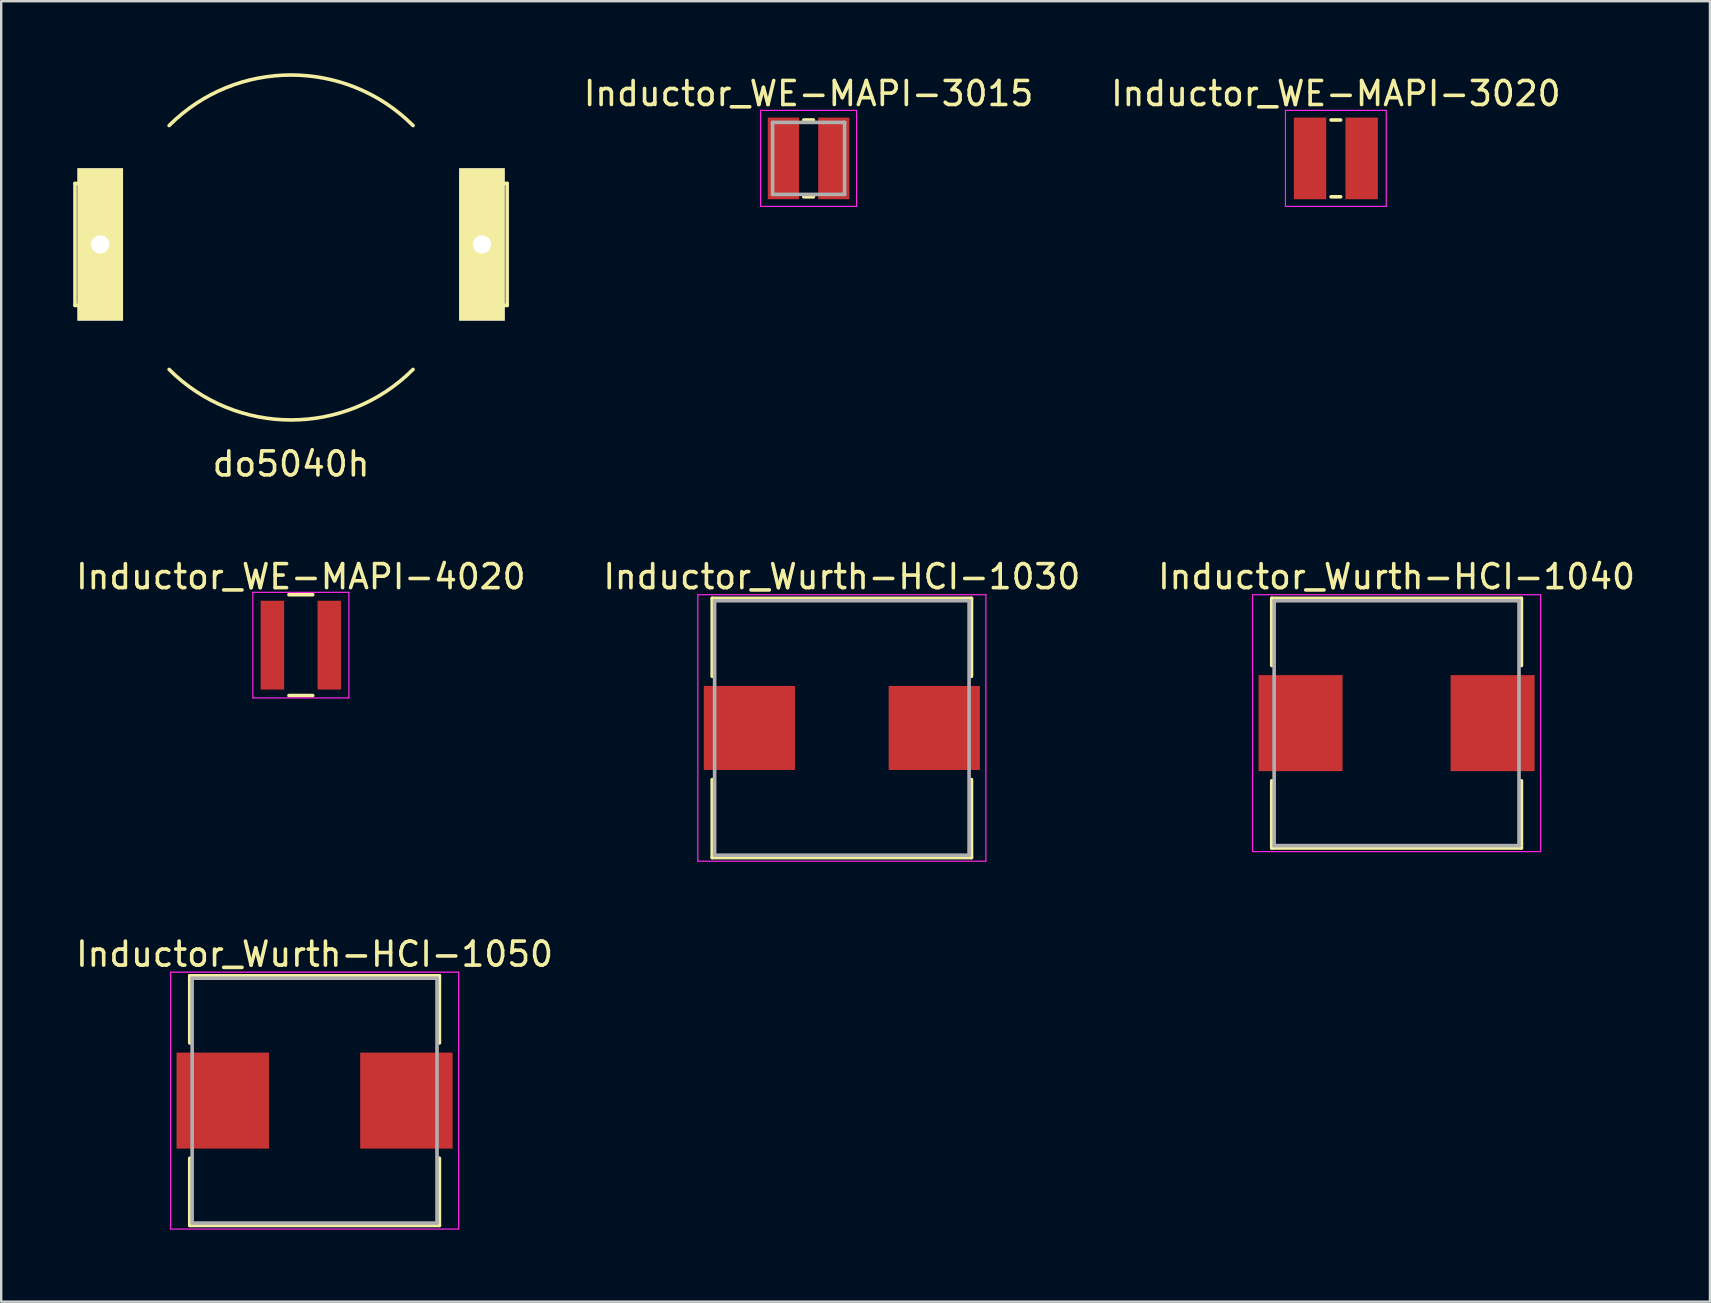
<source format=kicad_pcb>
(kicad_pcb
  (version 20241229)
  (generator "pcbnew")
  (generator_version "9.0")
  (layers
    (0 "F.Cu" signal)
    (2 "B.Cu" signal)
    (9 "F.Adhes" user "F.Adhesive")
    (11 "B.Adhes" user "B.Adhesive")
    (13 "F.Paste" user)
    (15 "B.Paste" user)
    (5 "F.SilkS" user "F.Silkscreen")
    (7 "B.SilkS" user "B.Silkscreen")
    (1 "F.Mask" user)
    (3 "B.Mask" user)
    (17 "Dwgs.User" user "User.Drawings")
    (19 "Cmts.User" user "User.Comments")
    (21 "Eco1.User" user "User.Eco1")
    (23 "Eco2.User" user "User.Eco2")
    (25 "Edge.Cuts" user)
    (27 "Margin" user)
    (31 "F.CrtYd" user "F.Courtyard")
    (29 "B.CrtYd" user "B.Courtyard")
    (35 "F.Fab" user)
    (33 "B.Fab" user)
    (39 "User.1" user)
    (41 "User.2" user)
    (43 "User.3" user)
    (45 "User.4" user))
  (footprint "Inductor_WE-MAPI-3015"
    (layer "F.Cu")
    (at 30.632 3.548)
    (property "Reference" "Inductor_WE-MAPI-3015" (at 0 -2.7 0) (layer "F.SilkS") (effects (font (size 1 1) (thickness 0.15))))
    (attr smd)
    (fp_line (start -0.2 -1.6) (end 0.2 -1.6) (stroke (width 0.15) (type solid)) (layer "F.SilkS"))
    (fp_line (start -0.2 1.6) (end 0.2 1.6) (stroke (width 0.15) (type solid)) (layer "F.SilkS"))
    (fp_line (start -2 -2) (end -2 2) (stroke (width 0.05) (type solid)) (layer "F.CrtYd"))
    (fp_line (start -2 2) (end 2 2) (stroke (width 0.05) (type solid)) (layer "F.CrtYd"))
    (fp_line (start 2 -2) (end -2 -2) (stroke (width 0.05) (type solid)) (layer "F.CrtYd"))
    (fp_line (start 2 2) (end 2 -2) (stroke (width 0.05) (type solid)) (layer "F.CrtYd"))
    (fp_line (start -1.5 -1.5) (end -1.5 1.5) (stroke (width 0.15) (type solid)) (layer "F.Fab"))
    (fp_line (start -1.5 1.5) (end 1.5 1.5) (stroke (width 0.15) (type solid)) (layer "F.Fab"))
    (fp_line (start 1.5 -1.5) (end -1.5 -1.5) (stroke (width 0.15) (type solid)) (layer "F.Fab"))
    (fp_line (start 1.5 1.5) (end 1.5 -1.5) (stroke (width 0.15) (type solid)) (layer "F.Fab"))
    (pad "1" smd rect (at -1.05 0) (size 1.3 3.4) (layers "F.Cu" "F.Mask" "F.Paste"))
    (pad "2" smd rect (at 1.05 0) (size 1.3 3.4) (layers "F.Cu" "F.Mask" "F.Paste")))
  (footprint "Inductor_WE-MAPI-4020"
    (layer "F.Cu")
    (at 9.482 23.823)
    (property "Reference" "Inductor_WE-MAPI-4020" (at 0 -2.85 0) (layer "F.SilkS") (effects (font (size 1 1) (thickness 0.15))))
    (attr smd)
    (fp_line (start -0.495 -2.1) (end 0.495 -2.1) (stroke (width 0.15) (type solid)) (layer "F.SilkS"))
    (fp_line (start -0.495 2.1) (end 0.495 2.1) (stroke (width 0.15) (type solid)) (layer "F.SilkS"))
    (fp_line (start -2 -2.2) (end -2 2.2) (stroke (width 0.05) (type solid)) (layer "F.CrtYd"))
    (fp_line (start -2 2.2) (end 2 2.2) (stroke (width 0.05) (type solid)) (layer "F.CrtYd"))
    (fp_line (start 2 -2.2) (end -2 -2.2) (stroke (width 0.05) (type solid)) (layer "F.CrtYd"))
    (fp_line (start 2 2.2) (end 2 -2.2) (stroke (width 0.05) (type solid)) (layer "F.CrtYd"))
    (pad "1" smd rect (at -1.185 0) (size 0.98 3.7) (layers "F.Cu" "F.Mask" "F.Paste"))
    (pad "2" smd rect (at 1.185 0) (size 0.98 3.7) (layers "F.Cu" "F.Mask" "F.Paste")))
  (footprint "Inductor_Wurth-HCI-1050"
    (layer "F.Cu")
    (at 10.054 42.796)
    (property "Reference" "Inductor_Wurth-HCI-1050" (at 0 -6.1 0) (layer "F.SilkS") (effects (font (size 1 1) (thickness 0.15))))
    (attr smd)
    (fp_line (start -5.2 -5.2) (end 5.2 -5.2) (stroke (width 0.15) (type solid)) (layer "F.SilkS"))
    (fp_line (start -5.2 -2.4) (end -5.2 -5.2) (stroke (width 0.15) (type solid)) (layer "F.SilkS"))
    (fp_line (start -5.2 2.4) (end -5.2 5.2) (stroke (width 0.15) (type solid)) (layer "F.SilkS"))
    (fp_line (start -5.2 5.2) (end 5.2 5.2) (stroke (width 0.15) (type solid)) (layer "F.SilkS"))
    (fp_line (start 5.2 -5.2) (end 5.2 -2.4) (stroke (width 0.15) (type solid)) (layer "F.SilkS"))
    (fp_line (start 5.2 5.2) (end 5.2 2.4) (stroke (width 0.15) (type solid)) (layer "F.SilkS"))
    (fp_line (start -6 -5.35) (end -6 5.35) (stroke (width 0.05) (type solid)) (layer "F.CrtYd"))
    (fp_line (start -6 5.35) (end 6 5.35) (stroke (width 0.05) (type solid)) (layer "F.CrtYd"))
    (fp_line (start 6 -5.35) (end -6 -5.35) (stroke (width 0.05) (type solid)) (layer "F.CrtYd"))
    (fp_line (start 6 5.35) (end 6 -5.35) (stroke (width 0.05) (type solid)) (layer "F.CrtYd"))
    (fp_line (start -5.1 -5.1) (end -5.1 5.1) (stroke (width 0.15) (type solid)) (layer "F.Fab"))
    (fp_line (start -5.1 5.1) (end 5.1 5.1) (stroke (width 0.15) (type solid)) (layer "F.Fab"))
    (fp_line (start 5.1 -5.1) (end -5.1 -5.1) (stroke (width 0.15) (type solid)) (layer "F.Fab"))
    (fp_line (start 5.1 5.1) (end 5.1 -5.1) (stroke (width 0.15) (type solid)) (layer "F.Fab"))
    (pad "1" smd rect (at -3.825 0) (size 3.85 4) (layers "F.Cu" "F.Mask" "F.Paste"))
    (pad "2" smd rect (at 3.825 0) (size 3.85 4) (layers "F.Cu" "F.Mask" "F.Paste")))
  (footprint "Inductor_Wurth-HCI-1040"
    (layer "F.Cu")
    (at 55.125 27.073)
    (property "Reference" "Inductor_Wurth-HCI-1040" (at 0 -6.1 0) (layer "F.SilkS") (effects (font (size 1 1) (thickness 0.15))))
    (attr smd)
    (fp_line (start -5.2 -5.2) (end 5.2 -5.2) (stroke (width 0.15) (type solid)) (layer "F.SilkS"))
    (fp_line (start -5.2 -2.4) (end -5.2 -5.2) (stroke (width 0.15) (type solid)) (layer "F.SilkS"))
    (fp_line (start -5.2 2.4) (end -5.2 5.2) (stroke (width 0.15) (type solid)) (layer "F.SilkS"))
    (fp_line (start -5.2 5.2) (end 5.2 5.2) (stroke (width 0.15) (type solid)) (layer "F.SilkS"))
    (fp_line (start 5.2 -5.2) (end 5.2 -2.4) (stroke (width 0.15) (type solid)) (layer "F.SilkS"))
    (fp_line (start 5.2 5.2) (end 5.2 2.4) (stroke (width 0.15) (type solid)) (layer "F.SilkS"))
    (fp_line (start -6 -5.35) (end -6 5.35) (stroke (width 0.05) (type solid)) (layer "F.CrtYd"))
    (fp_line (start -6 5.35) (end 6 5.35) (stroke (width 0.05) (type solid)) (layer "F.CrtYd"))
    (fp_line (start 6 -5.35) (end -6 -5.35) (stroke (width 0.05) (type solid)) (layer "F.CrtYd"))
    (fp_line (start 6 5.35) (end 6 -5.35) (stroke (width 0.05) (type solid)) (layer "F.CrtYd"))
    (fp_line (start -5.1 -5.1) (end -5.1 5.1) (stroke (width 0.15) (type solid)) (layer "F.Fab"))
    (fp_line (start -5.1 5.1) (end 5.1 5.1) (stroke (width 0.15) (type solid)) (layer "F.Fab"))
    (fp_line (start 5.1 -5.1) (end -5.1 -5.1) (stroke (width 0.15) (type solid)) (layer "F.Fab"))
    (fp_line (start 5.1 5.1) (end 5.1 -5.1) (stroke (width 0.15) (type solid)) (layer "F.Fab"))
    (pad "1" smd rect (at -4 0) (size 3.5 4) (layers "F.Cu" "F.Mask" "F.Paste"))
    (pad "2" smd rect (at 4 0) (size 3.5 4) (layers "F.Cu" "F.Mask" "F.Paste")))
  (footprint "do5040h"
    (layer "F.Cu")
    (at 9.075 7.132)
    (property "Reference" "do5040h" (at 0 9.144 0) (layer "F.SilkS") (effects (font (size 1 1) (thickness 0.15))))
    (attr through_hole)
    (fp_line (start -9 -2.54) (end -9 2.54) (stroke (width 0.15) (type solid)) (layer "F.SilkS"))
    (fp_line (start -9 -2.54) (end -7.35 -2.54) (stroke (width 0.15) (type solid)) (layer "F.SilkS"))
    (fp_line (start -9 2.54) (end -7.35 2.54) (stroke (width 0.15) (type solid)) (layer "F.SilkS"))
    (fp_line (start -7.35 2.54) (end -7.35 -2.54) (stroke (width 0.15) (type solid)) (layer "F.SilkS"))
    (fp_line (start 7.35 -2.54) (end 9 -2.54) (stroke (width 0.15) (type solid)) (layer "F.SilkS"))
    (fp_line (start 7.35 2.54) (end 7.35 -2.54) (stroke (width 0.15) (type solid)) (layer "F.SilkS"))
    (fp_line (start 9 -2.54) (end 9 2.54) (stroke (width 0.15) (type solid)) (layer "F.SilkS"))
    (fp_line (start 9 2.54) (end 7.35 2.54) (stroke (width 0.15) (type solid)) (layer "F.SilkS"))
    (fp_arc (start -5.08 -4.953) (mid 0 -7.057205) (end 5.08 -4.953) (stroke (width 0.15) (type solid)) (layer "F.SilkS"))
    (fp_arc (start 5.08 5.207) (mid 0 7.311205) (end -5.08 5.207) (stroke (width 0.15) (type solid)) (layer "F.SilkS"))
    (pad "1" thru_hole rect (at -7.95 0) (size 1.9 6.35) (drill 0.762) (layers "*.Cu" "*.Mask" "F.SilkS"))
    (pad "2" thru_hole rect (at 7.95 0) (size 1.9 6.35) (drill 0.762) (layers "*.Cu" "*.Mask" "F.SilkS")))
  (footprint "Inductor_Wurth-HCI-1030"
    (layer "F.Cu")
    (at 32.018 27.273)
    (property "Reference" "Inductor_Wurth-HCI-1030" (at 0 -6.3 0) (layer "F.SilkS") (effects (font (size 1 1) (thickness 0.15))))
    (attr smd)
    (fp_line (start -5.4 -5.4) (end 5.4 -5.4) (stroke (width 0.15) (type solid)) (layer "F.SilkS"))
    (fp_line (start -5.4 -2.15) (end -5.4 -5.4) (stroke (width 0.15) (type solid)) (layer "F.SilkS"))
    (fp_line (start -5.4 2.15) (end -5.4 5.4) (stroke (width 0.15) (type solid)) (layer "F.SilkS"))
    (fp_line (start -5.4 5.4) (end 5.4 5.4) (stroke (width 0.15) (type solid)) (layer "F.SilkS"))
    (fp_line (start 5.4 -5.4) (end 5.4 -2.15) (stroke (width 0.15) (type solid)) (layer "F.SilkS"))
    (fp_line (start 5.4 5.4) (end 5.4 2.15) (stroke (width 0.15) (type solid)) (layer "F.SilkS"))
    (fp_line (start -6 -5.55) (end -6 5.55) (stroke (width 0.05) (type solid)) (layer "F.CrtYd"))
    (fp_line (start -6 5.55) (end 6 5.55) (stroke (width 0.05) (type solid)) (layer "F.CrtYd"))
    (fp_line (start 6 -5.55) (end -6 -5.55) (stroke (width 0.05) (type solid)) (layer "F.CrtYd"))
    (fp_line (start 6 5.55) (end 6 -5.55) (stroke (width 0.05) (type solid)) (layer "F.CrtYd"))
    (fp_line (start -5.3 -5.3) (end -5.3 5.3) (stroke (width 0.15) (type solid)) (layer "F.Fab"))
    (fp_line (start -5.3 5.3) (end 5.3 5.3) (stroke (width 0.15) (type solid)) (layer "F.Fab"))
    (fp_line (start 5.3 -5.3) (end -5.3 -5.3) (stroke (width 0.15) (type solid)) (layer "F.Fab"))
    (fp_line (start 5.3 5.3) (end 5.3 -5.3) (stroke (width 0.15) (type solid)) (layer "F.Fab"))
    (pad "1" smd rect (at -3.85 0) (size 3.8 3.5) (layers "F.Cu" "F.Mask" "F.Paste"))
    (pad "2" smd rect (at 3.85 0) (size 3.8 3.5) (layers "F.Cu" "F.Mask" "F.Paste")))
  (footprint "Inductor_WE-MAPI-3020"
    (layer "F.Cu")
    (at 52.596 3.548)
    (property "Reference" "Inductor_WE-MAPI-3020" (at 0 -2.7 0) (layer "F.SilkS") (effects (font (size 1 1) (thickness 0.15))))
    (attr smd)
    (fp_line (start -0.2 -1.6) (end 0.2 -1.6) (stroke (width 0.15) (type solid)) (layer "F.SilkS"))
    (fp_line (start -0.2 1.6) (end 0.2 1.6) (stroke (width 0.15) (type solid)) (layer "F.SilkS"))
    (fp_line (start -2.1 -2) (end -2.1 2) (stroke (width 0.05) (type solid)) (layer "F.CrtYd"))
    (fp_line (start -2.1 2) (end 2.1 2) (stroke (width 0.05) (type solid)) (layer "F.CrtYd"))
    (fp_line (start 2.1 -2) (end -2.1 -2) (stroke (width 0.05) (type solid)) (layer "F.CrtYd"))
    (fp_line (start 2.1 2) (end 2.1 -2) (stroke (width 0.05) (type solid)) (layer "F.CrtYd"))
    (pad "1" smd rect (at -1.075 0) (size 1.35 3.4) (layers "F.Cu" "F.Mask" "F.Paste"))
    (pad "2" smd rect (at 1.075 0) (size 1.35 3.4) (layers "F.Cu" "F.Mask" "F.Paste")))
  (gr_rect
    (start -3 -3)
    (end 68.179 51.171)
    (stroke (width 0.1) (type default))
    (fill no)
    (layer "Edge.Cuts")))
</source>
